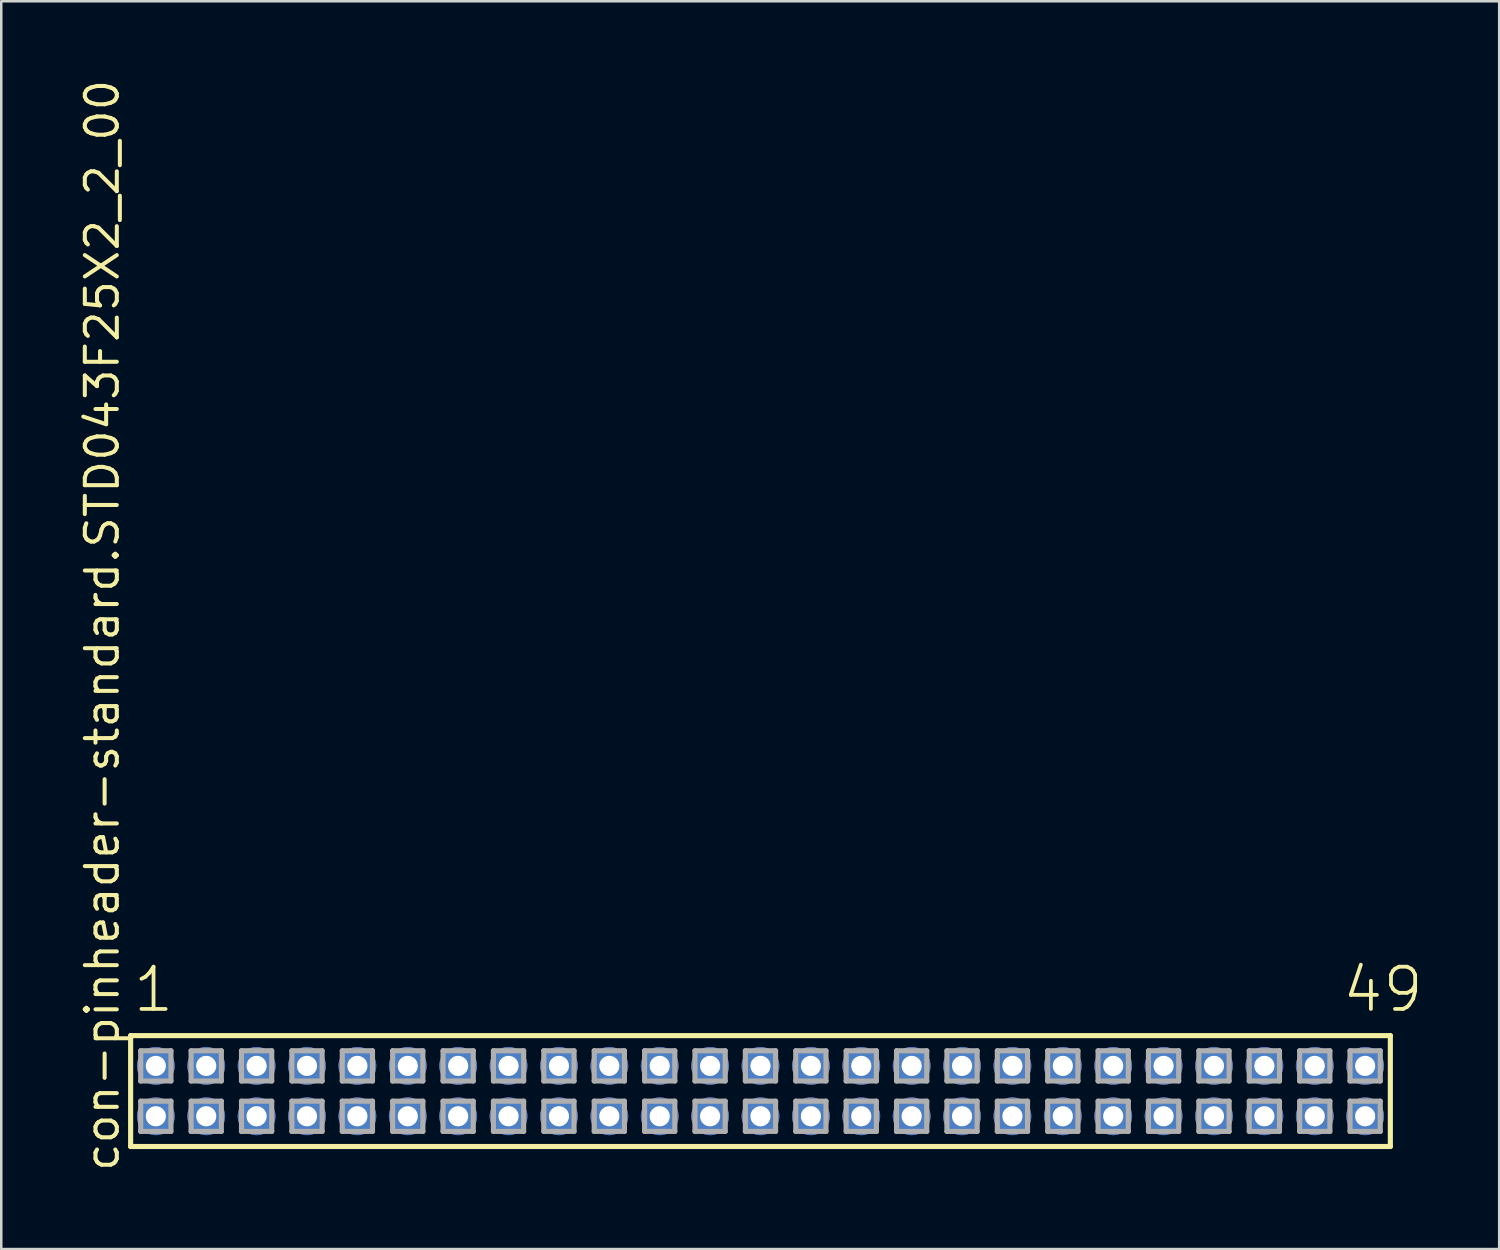
<source format=kicad_pcb>
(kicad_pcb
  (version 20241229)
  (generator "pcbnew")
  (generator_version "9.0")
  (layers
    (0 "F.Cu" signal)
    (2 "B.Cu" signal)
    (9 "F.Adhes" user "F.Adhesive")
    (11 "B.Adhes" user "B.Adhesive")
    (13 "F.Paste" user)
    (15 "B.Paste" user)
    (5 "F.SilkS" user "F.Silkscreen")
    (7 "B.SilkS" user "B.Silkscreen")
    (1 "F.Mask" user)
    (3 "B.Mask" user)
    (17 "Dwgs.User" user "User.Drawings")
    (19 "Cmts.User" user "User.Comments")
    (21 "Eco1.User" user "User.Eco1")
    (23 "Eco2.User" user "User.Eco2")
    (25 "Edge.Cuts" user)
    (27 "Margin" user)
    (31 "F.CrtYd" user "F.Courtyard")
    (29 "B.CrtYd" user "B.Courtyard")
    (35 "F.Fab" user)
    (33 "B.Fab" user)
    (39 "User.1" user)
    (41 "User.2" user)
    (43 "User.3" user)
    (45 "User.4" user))
  (footprint "con-pinheader-standard.STD043F25X2_2_00"
    (layer "F.Cu")
    (at 27.135 40.257)
    (property "Reference" "con-pinheader-standard.STD043F25X2_2_00" (at -25.385 3.27 90) (layer "F.SilkS") (effects (font (size 1.27 1.27) (thickness 0.16)) (justify left bottom)))
    (attr through_hole)
    (fp_line (start -25 -2.2) (end 25 -2.2) (stroke (width 0.203) (type default)) (layer "F.SilkS"))
    (fp_line (start -25 2.2) (end -25 -2.2) (stroke (width 0.203) (type default)) (layer "F.SilkS"))
    (fp_line (start 25 -2.2) (end 25 2.2) (stroke (width 0.203) (type default)) (layer "F.SilkS"))
    (fp_line (start 25 2.2) (end -25 2.2) (stroke (width 0.203) (type default)) (layer "F.SilkS"))
    (fp_line (start -24.6 -1.6) (end -23.4 -1.6) (stroke (width 0.203) (type default)) (layer "F.Fab"))
    (fp_line (start -24.6 -0.4) (end -24.6 -1.6) (stroke (width 0.203) (type default)) (layer "F.Fab"))
    (fp_line (start -24.6 0.4) (end -23.4 0.4) (stroke (width 0.203) (type default)) (layer "F.Fab"))
    (fp_line (start -24.6 1.6) (end -24.6 0.4) (stroke (width 0.203) (type default)) (layer "F.Fab"))
    (fp_line (start -23.4 -1.6) (end -23.4 -0.4) (stroke (width 0.203) (type default)) (layer "F.Fab"))
    (fp_line (start -23.4 -0.4) (end -24.6 -0.4) (stroke (width 0.203) (type default)) (layer "F.Fab"))
    (fp_line (start -23.4 0.4) (end -23.4 1.6) (stroke (width 0.203) (type default)) (layer "F.Fab"))
    (fp_line (start -23.4 1.6) (end -24.6 1.6) (stroke (width 0.203) (type default)) (layer "F.Fab"))
    (fp_line (start -22.6 -1.6) (end -21.4 -1.6) (stroke (width 0.203) (type default)) (layer "F.Fab"))
    (fp_line (start -22.6 -0.4) (end -22.6 -1.6) (stroke (width 0.203) (type default)) (layer "F.Fab"))
    (fp_line (start -22.6 0.4) (end -21.4 0.4) (stroke (width 0.203) (type default)) (layer "F.Fab"))
    (fp_line (start -22.6 1.6) (end -22.6 0.4) (stroke (width 0.203) (type default)) (layer "F.Fab"))
    (fp_line (start -21.4 -1.6) (end -21.4 -0.4) (stroke (width 0.203) (type default)) (layer "F.Fab"))
    (fp_line (start -21.4 -0.4) (end -22.6 -0.4) (stroke (width 0.203) (type default)) (layer "F.Fab"))
    (fp_line (start -21.4 0.4) (end -21.4 1.6) (stroke (width 0.203) (type default)) (layer "F.Fab"))
    (fp_line (start -21.4 1.6) (end -22.6 1.6) (stroke (width 0.203) (type default)) (layer "F.Fab"))
    (fp_line (start -20.6 -1.6) (end -19.4 -1.6) (stroke (width 0.203) (type default)) (layer "F.Fab"))
    (fp_line (start -20.6 -0.4) (end -20.6 -1.6) (stroke (width 0.203) (type default)) (layer "F.Fab"))
    (fp_line (start -20.6 0.4) (end -19.4 0.4) (stroke (width 0.203) (type default)) (layer "F.Fab"))
    (fp_line (start -20.6 1.6) (end -20.6 0.4) (stroke (width 0.203) (type default)) (layer "F.Fab"))
    (fp_line (start -19.4 -1.6) (end -19.4 -0.4) (stroke (width 0.203) (type default)) (layer "F.Fab"))
    (fp_line (start -19.4 -0.4) (end -20.6 -0.4) (stroke (width 0.203) (type default)) (layer "F.Fab"))
    (fp_line (start -19.4 0.4) (end -19.4 1.6) (stroke (width 0.203) (type default)) (layer "F.Fab"))
    (fp_line (start -19.4 1.6) (end -20.6 1.6) (stroke (width 0.203) (type default)) (layer "F.Fab"))
    (fp_line (start -18.6 -1.6) (end -17.4 -1.6) (stroke (width 0.203) (type default)) (layer "F.Fab"))
    (fp_line (start -18.6 -0.4) (end -18.6 -1.6) (stroke (width 0.203) (type default)) (layer "F.Fab"))
    (fp_line (start -18.6 0.4) (end -17.4 0.4) (stroke (width 0.203) (type default)) (layer "F.Fab"))
    (fp_line (start -18.6 1.6) (end -18.6 0.4) (stroke (width 0.203) (type default)) (layer "F.Fab"))
    (fp_line (start -17.4 -1.6) (end -17.4 -0.4) (stroke (width 0.203) (type default)) (layer "F.Fab"))
    (fp_line (start -17.4 -0.4) (end -18.6 -0.4) (stroke (width 0.203) (type default)) (layer "F.Fab"))
    (fp_line (start -17.4 0.4) (end -17.4 1.6) (stroke (width 0.203) (type default)) (layer "F.Fab"))
    (fp_line (start -17.4 1.6) (end -18.6 1.6) (stroke (width 0.203) (type default)) (layer "F.Fab"))
    (fp_line (start -16.6 -1.6) (end -15.4 -1.6) (stroke (width 0.203) (type default)) (layer "F.Fab"))
    (fp_line (start -16.6 -0.4) (end -16.6 -1.6) (stroke (width 0.203) (type default)) (layer "F.Fab"))
    (fp_line (start -16.6 0.4) (end -15.4 0.4) (stroke (width 0.203) (type default)) (layer "F.Fab"))
    (fp_line (start -16.6 1.6) (end -16.6 0.4) (stroke (width 0.203) (type default)) (layer "F.Fab"))
    (fp_line (start -15.4 -1.6) (end -15.4 -0.4) (stroke (width 0.203) (type default)) (layer "F.Fab"))
    (fp_line (start -15.4 -0.4) (end -16.6 -0.4) (stroke (width 0.203) (type default)) (layer "F.Fab"))
    (fp_line (start -15.4 0.4) (end -15.4 1.6) (stroke (width 0.203) (type default)) (layer "F.Fab"))
    (fp_line (start -15.4 1.6) (end -16.6 1.6) (stroke (width 0.203) (type default)) (layer "F.Fab"))
    (fp_line (start -14.6 -1.6) (end -13.4 -1.6) (stroke (width 0.203) (type default)) (layer "F.Fab"))
    (fp_line (start -14.6 -0.4) (end -14.6 -1.6) (stroke (width 0.203) (type default)) (layer "F.Fab"))
    (fp_line (start -14.6 0.4) (end -13.4 0.4) (stroke (width 0.203) (type default)) (layer "F.Fab"))
    (fp_line (start -14.6 1.6) (end -14.6 0.4) (stroke (width 0.203) (type default)) (layer "F.Fab"))
    (fp_line (start -13.4 -1.6) (end -13.4 -0.4) (stroke (width 0.203) (type default)) (layer "F.Fab"))
    (fp_line (start -13.4 -0.4) (end -14.6 -0.4) (stroke (width 0.203) (type default)) (layer "F.Fab"))
    (fp_line (start -13.4 0.4) (end -13.4 1.6) (stroke (width 0.203) (type default)) (layer "F.Fab"))
    (fp_line (start -13.4 1.6) (end -14.6 1.6) (stroke (width 0.203) (type default)) (layer "F.Fab"))
    (fp_line (start -12.6 -1.6) (end -11.4 -1.6) (stroke (width 0.203) (type default)) (layer "F.Fab"))
    (fp_line (start -12.6 -0.4) (end -12.6 -1.6) (stroke (width 0.203) (type default)) (layer "F.Fab"))
    (fp_line (start -12.6 0.4) (end -11.4 0.4) (stroke (width 0.203) (type default)) (layer "F.Fab"))
    (fp_line (start -12.6 1.6) (end -12.6 0.4) (stroke (width 0.203) (type default)) (layer "F.Fab"))
    (fp_line (start -11.4 -1.6) (end -11.4 -0.4) (stroke (width 0.203) (type default)) (layer "F.Fab"))
    (fp_line (start -11.4 -0.4) (end -12.6 -0.4) (stroke (width 0.203) (type default)) (layer "F.Fab"))
    (fp_line (start -11.4 0.4) (end -11.4 1.6) (stroke (width 0.203) (type default)) (layer "F.Fab"))
    (fp_line (start -11.4 1.6) (end -12.6 1.6) (stroke (width 0.203) (type default)) (layer "F.Fab"))
    (fp_line (start -10.6 -1.6) (end -9.4 -1.6) (stroke (width 0.203) (type default)) (layer "F.Fab"))
    (fp_line (start -10.6 -0.4) (end -10.6 -1.6) (stroke (width 0.203) (type default)) (layer "F.Fab"))
    (fp_line (start -10.6 0.4) (end -9.4 0.4) (stroke (width 0.203) (type default)) (layer "F.Fab"))
    (fp_line (start -10.6 1.6) (end -10.6 0.4) (stroke (width 0.203) (type default)) (layer "F.Fab"))
    (fp_line (start -9.4 -1.6) (end -9.4 -0.4) (stroke (width 0.203) (type default)) (layer "F.Fab"))
    (fp_line (start -9.4 -0.4) (end -10.6 -0.4) (stroke (width 0.203) (type default)) (layer "F.Fab"))
    (fp_line (start -9.4 0.4) (end -9.4 1.6) (stroke (width 0.203) (type default)) (layer "F.Fab"))
    (fp_line (start -9.4 1.6) (end -10.6 1.6) (stroke (width 0.203) (type default)) (layer "F.Fab"))
    (fp_line (start -8.6 -1.6) (end -7.4 -1.6) (stroke (width 0.203) (type default)) (layer "F.Fab"))
    (fp_line (start -8.6 -0.4) (end -8.6 -1.6) (stroke (width 0.203) (type default)) (layer "F.Fab"))
    (fp_line (start -8.6 0.4) (end -7.4 0.4) (stroke (width 0.203) (type default)) (layer "F.Fab"))
    (fp_line (start -8.6 1.6) (end -8.6 0.4) (stroke (width 0.203) (type default)) (layer "F.Fab"))
    (fp_line (start -7.4 -1.6) (end -7.4 -0.4) (stroke (width 0.203) (type default)) (layer "F.Fab"))
    (fp_line (start -7.4 -0.4) (end -8.6 -0.4) (stroke (width 0.203) (type default)) (layer "F.Fab"))
    (fp_line (start -7.4 0.4) (end -7.4 1.6) (stroke (width 0.203) (type default)) (layer "F.Fab"))
    (fp_line (start -7.4 1.6) (end -8.6 1.6) (stroke (width 0.203) (type default)) (layer "F.Fab"))
    (fp_line (start -6.6 -1.6) (end -5.4 -1.6) (stroke (width 0.203) (type default)) (layer "F.Fab"))
    (fp_line (start -6.6 -0.4) (end -6.6 -1.6) (stroke (width 0.203) (type default)) (layer "F.Fab"))
    (fp_line (start -6.6 0.4) (end -5.4 0.4) (stroke (width 0.203) (type default)) (layer "F.Fab"))
    (fp_line (start -6.6 1.6) (end -6.6 0.4) (stroke (width 0.203) (type default)) (layer "F.Fab"))
    (fp_line (start -5.4 -1.6) (end -5.4 -0.4) (stroke (width 0.203) (type default)) (layer "F.Fab"))
    (fp_line (start -5.4 -0.4) (end -6.6 -0.4) (stroke (width 0.203) (type default)) (layer "F.Fab"))
    (fp_line (start -5.4 0.4) (end -5.4 1.6) (stroke (width 0.203) (type default)) (layer "F.Fab"))
    (fp_line (start -5.4 1.6) (end -6.6 1.6) (stroke (width 0.203) (type default)) (layer "F.Fab"))
    (fp_line (start -4.6 -1.6) (end -3.4 -1.6) (stroke (width 0.203) (type default)) (layer "F.Fab"))
    (fp_line (start -4.6 -0.4) (end -4.6 -1.6) (stroke (width 0.203) (type default)) (layer "F.Fab"))
    (fp_line (start -4.6 0.4) (end -3.4 0.4) (stroke (width 0.203) (type default)) (layer "F.Fab"))
    (fp_line (start -4.6 1.6) (end -4.6 0.4) (stroke (width 0.203) (type default)) (layer "F.Fab"))
    (fp_line (start -3.4 -1.6) (end -3.4 -0.4) (stroke (width 0.203) (type default)) (layer "F.Fab"))
    (fp_line (start -3.4 -0.4) (end -4.6 -0.4) (stroke (width 0.203) (type default)) (layer "F.Fab"))
    (fp_line (start -3.4 0.4) (end -3.4 1.6) (stroke (width 0.203) (type default)) (layer "F.Fab"))
    (fp_line (start -3.4 1.6) (end -4.6 1.6) (stroke (width 0.203) (type default)) (layer "F.Fab"))
    (fp_line (start -2.6 -1.6) (end -1.4 -1.6) (stroke (width 0.203) (type default)) (layer "F.Fab"))
    (fp_line (start -2.6 -0.4) (end -2.6 -1.6) (stroke (width 0.203) (type default)) (layer "F.Fab"))
    (fp_line (start -2.6 0.4) (end -1.4 0.4) (stroke (width 0.203) (type default)) (layer "F.Fab"))
    (fp_line (start -2.6 1.6) (end -2.6 0.4) (stroke (width 0.203) (type default)) (layer "F.Fab"))
    (fp_line (start -1.4 -1.6) (end -1.4 -0.4) (stroke (width 0.203) (type default)) (layer "F.Fab"))
    (fp_line (start -1.4 -0.4) (end -2.6 -0.4) (stroke (width 0.203) (type default)) (layer "F.Fab"))
    (fp_line (start -1.4 0.4) (end -1.4 1.6) (stroke (width 0.203) (type default)) (layer "F.Fab"))
    (fp_line (start -1.4 1.6) (end -2.6 1.6) (stroke (width 0.203) (type default)) (layer "F.Fab"))
    (fp_line (start -0.6 -1.6) (end 0.6 -1.6) (stroke (width 0.203) (type default)) (layer "F.Fab"))
    (fp_line (start -0.6 -0.4) (end -0.6 -1.6) (stroke (width 0.203) (type default)) (layer "F.Fab"))
    (fp_line (start -0.6 0.4) (end 0.6 0.4) (stroke (width 0.203) (type default)) (layer "F.Fab"))
    (fp_line (start -0.6 1.6) (end -0.6 0.4) (stroke (width 0.203) (type default)) (layer "F.Fab"))
    (fp_line (start 0.6 -1.6) (end 0.6 -0.4) (stroke (width 0.203) (type default)) (layer "F.Fab"))
    (fp_line (start 0.6 -0.4) (end -0.6 -0.4) (stroke (width 0.203) (type default)) (layer "F.Fab"))
    (fp_line (start 0.6 0.4) (end 0.6 1.6) (stroke (width 0.203) (type default)) (layer "F.Fab"))
    (fp_line (start 0.6 1.6) (end -0.6 1.6) (stroke (width 0.203) (type default)) (layer "F.Fab"))
    (fp_line (start 1.4 -1.6) (end 2.6 -1.6) (stroke (width 0.203) (type default)) (layer "F.Fab"))
    (fp_line (start 1.4 -0.4) (end 1.4 -1.6) (stroke (width 0.203) (type default)) (layer "F.Fab"))
    (fp_line (start 1.4 0.4) (end 2.6 0.4) (stroke (width 0.203) (type default)) (layer "F.Fab"))
    (fp_line (start 1.4 1.6) (end 1.4 0.4) (stroke (width 0.203) (type default)) (layer "F.Fab"))
    (fp_line (start 2.6 -1.6) (end 2.6 -0.4) (stroke (width 0.203) (type default)) (layer "F.Fab"))
    (fp_line (start 2.6 -0.4) (end 1.4 -0.4) (stroke (width 0.203) (type default)) (layer "F.Fab"))
    (fp_line (start 2.6 0.4) (end 2.6 1.6) (stroke (width 0.203) (type default)) (layer "F.Fab"))
    (fp_line (start 2.6 1.6) (end 1.4 1.6) (stroke (width 0.203) (type default)) (layer "F.Fab"))
    (fp_line (start 3.4 -1.6) (end 4.6 -1.6) (stroke (width 0.203) (type default)) (layer "F.Fab"))
    (fp_line (start 3.4 -0.4) (end 3.4 -1.6) (stroke (width 0.203) (type default)) (layer "F.Fab"))
    (fp_line (start 3.4 0.4) (end 4.6 0.4) (stroke (width 0.203) (type default)) (layer "F.Fab"))
    (fp_line (start 3.4 1.6) (end 3.4 0.4) (stroke (width 0.203) (type default)) (layer "F.Fab"))
    (fp_line (start 4.6 -1.6) (end 4.6 -0.4) (stroke (width 0.203) (type default)) (layer "F.Fab"))
    (fp_line (start 4.6 -0.4) (end 3.4 -0.4) (stroke (width 0.203) (type default)) (layer "F.Fab"))
    (fp_line (start 4.6 0.4) (end 4.6 1.6) (stroke (width 0.203) (type default)) (layer "F.Fab"))
    (fp_line (start 4.6 1.6) (end 3.4 1.6) (stroke (width 0.203) (type default)) (layer "F.Fab"))
    (fp_line (start 5.4 -1.6) (end 6.6 -1.6) (stroke (width 0.203) (type default)) (layer "F.Fab"))
    (fp_line (start 5.4 -0.4) (end 5.4 -1.6) (stroke (width 0.203) (type default)) (layer "F.Fab"))
    (fp_line (start 5.4 0.4) (end 6.6 0.4) (stroke (width 0.203) (type default)) (layer "F.Fab"))
    (fp_line (start 5.4 1.6) (end 5.4 0.4) (stroke (width 0.203) (type default)) (layer "F.Fab"))
    (fp_line (start 6.6 -1.6) (end 6.6 -0.4) (stroke (width 0.203) (type default)) (layer "F.Fab"))
    (fp_line (start 6.6 -0.4) (end 5.4 -0.4) (stroke (width 0.203) (type default)) (layer "F.Fab"))
    (fp_line (start 6.6 0.4) (end 6.6 1.6) (stroke (width 0.203) (type default)) (layer "F.Fab"))
    (fp_line (start 6.6 1.6) (end 5.4 1.6) (stroke (width 0.203) (type default)) (layer "F.Fab"))
    (fp_line (start 7.4 -1.6) (end 8.6 -1.6) (stroke (width 0.203) (type default)) (layer "F.Fab"))
    (fp_line (start 7.4 -0.4) (end 7.4 -1.6) (stroke (width 0.203) (type default)) (layer "F.Fab"))
    (fp_line (start 7.4 0.4) (end 8.6 0.4) (stroke (width 0.203) (type default)) (layer "F.Fab"))
    (fp_line (start 7.4 1.6) (end 7.4 0.4) (stroke (width 0.203) (type default)) (layer "F.Fab"))
    (fp_line (start 8.6 -1.6) (end 8.6 -0.4) (stroke (width 0.203) (type default)) (layer "F.Fab"))
    (fp_line (start 8.6 -0.4) (end 7.4 -0.4) (stroke (width 0.203) (type default)) (layer "F.Fab"))
    (fp_line (start 8.6 0.4) (end 8.6 1.6) (stroke (width 0.203) (type default)) (layer "F.Fab"))
    (fp_line (start 8.6 1.6) (end 7.4 1.6) (stroke (width 0.203) (type default)) (layer "F.Fab"))
    (fp_line (start 9.4 -1.6) (end 10.6 -1.6) (stroke (width 0.203) (type default)) (layer "F.Fab"))
    (fp_line (start 9.4 -0.4) (end 9.4 -1.6) (stroke (width 0.203) (type default)) (layer "F.Fab"))
    (fp_line (start 9.4 0.4) (end 10.6 0.4) (stroke (width 0.203) (type default)) (layer "F.Fab"))
    (fp_line (start 9.4 1.6) (end 9.4 0.4) (stroke (width 0.203) (type default)) (layer "F.Fab"))
    (fp_line (start 10.6 -1.6) (end 10.6 -0.4) (stroke (width 0.203) (type default)) (layer "F.Fab"))
    (fp_line (start 10.6 -0.4) (end 9.4 -0.4) (stroke (width 0.203) (type default)) (layer "F.Fab"))
    (fp_line (start 10.6 0.4) (end 10.6 1.6) (stroke (width 0.203) (type default)) (layer "F.Fab"))
    (fp_line (start 10.6 1.6) (end 9.4 1.6) (stroke (width 0.203) (type default)) (layer "F.Fab"))
    (fp_line (start 11.4 -1.6) (end 12.6 -1.6) (stroke (width 0.203) (type default)) (layer "F.Fab"))
    (fp_line (start 11.4 -0.4) (end 11.4 -1.6) (stroke (width 0.203) (type default)) (layer "F.Fab"))
    (fp_line (start 11.4 0.4) (end 12.6 0.4) (stroke (width 0.203) (type default)) (layer "F.Fab"))
    (fp_line (start 11.4 1.6) (end 11.4 0.4) (stroke (width 0.203) (type default)) (layer "F.Fab"))
    (fp_line (start 12.6 -1.6) (end 12.6 -0.4) (stroke (width 0.203) (type default)) (layer "F.Fab"))
    (fp_line (start 12.6 -0.4) (end 11.4 -0.4) (stroke (width 0.203) (type default)) (layer "F.Fab"))
    (fp_line (start 12.6 0.4) (end 12.6 1.6) (stroke (width 0.203) (type default)) (layer "F.Fab"))
    (fp_line (start 12.6 1.6) (end 11.4 1.6) (stroke (width 0.203) (type default)) (layer "F.Fab"))
    (fp_line (start 13.4 -1.6) (end 14.6 -1.6) (stroke (width 0.203) (type default)) (layer "F.Fab"))
    (fp_line (start 13.4 -0.4) (end 13.4 -1.6) (stroke (width 0.203) (type default)) (layer "F.Fab"))
    (fp_line (start 13.4 0.4) (end 14.6 0.4) (stroke (width 0.203) (type default)) (layer "F.Fab"))
    (fp_line (start 13.4 1.6) (end 13.4 0.4) (stroke (width 0.203) (type default)) (layer "F.Fab"))
    (fp_line (start 14.6 -1.6) (end 14.6 -0.4) (stroke (width 0.203) (type default)) (layer "F.Fab"))
    (fp_line (start 14.6 -0.4) (end 13.4 -0.4) (stroke (width 0.203) (type default)) (layer "F.Fab"))
    (fp_line (start 14.6 0.4) (end 14.6 1.6) (stroke (width 0.203) (type default)) (layer "F.Fab"))
    (fp_line (start 14.6 1.6) (end 13.4 1.6) (stroke (width 0.203) (type default)) (layer "F.Fab"))
    (fp_line (start 15.4 -1.6) (end 16.6 -1.6) (stroke (width 0.203) (type default)) (layer "F.Fab"))
    (fp_line (start 15.4 -0.4) (end 15.4 -1.6) (stroke (width 0.203) (type default)) (layer "F.Fab"))
    (fp_line (start 15.4 0.4) (end 16.6 0.4) (stroke (width 0.203) (type default)) (layer "F.Fab"))
    (fp_line (start 15.4 1.6) (end 15.4 0.4) (stroke (width 0.203) (type default)) (layer "F.Fab"))
    (fp_line (start 16.6 -1.6) (end 16.6 -0.4) (stroke (width 0.203) (type default)) (layer "F.Fab"))
    (fp_line (start 16.6 -0.4) (end 15.4 -0.4) (stroke (width 0.203) (type default)) (layer "F.Fab"))
    (fp_line (start 16.6 0.4) (end 16.6 1.6) (stroke (width 0.203) (type default)) (layer "F.Fab"))
    (fp_line (start 16.6 1.6) (end 15.4 1.6) (stroke (width 0.203) (type default)) (layer "F.Fab"))
    (fp_line (start 17.4 -1.6) (end 18.6 -1.6) (stroke (width 0.203) (type default)) (layer "F.Fab"))
    (fp_line (start 17.4 -0.4) (end 17.4 -1.6) (stroke (width 0.203) (type default)) (layer "F.Fab"))
    (fp_line (start 17.4 0.4) (end 18.6 0.4) (stroke (width 0.203) (type default)) (layer "F.Fab"))
    (fp_line (start 17.4 1.6) (end 17.4 0.4) (stroke (width 0.203) (type default)) (layer "F.Fab"))
    (fp_line (start 18.6 -1.6) (end 18.6 -0.4) (stroke (width 0.203) (type default)) (layer "F.Fab"))
    (fp_line (start 18.6 -0.4) (end 17.4 -0.4) (stroke (width 0.203) (type default)) (layer "F.Fab"))
    (fp_line (start 18.6 0.4) (end 18.6 1.6) (stroke (width 0.203) (type default)) (layer "F.Fab"))
    (fp_line (start 18.6 1.6) (end 17.4 1.6) (stroke (width 0.203) (type default)) (layer "F.Fab"))
    (fp_line (start 19.4 -1.6) (end 20.6 -1.6) (stroke (width 0.203) (type default)) (layer "F.Fab"))
    (fp_line (start 19.4 -0.4) (end 19.4 -1.6) (stroke (width 0.203) (type default)) (layer "F.Fab"))
    (fp_line (start 19.4 0.4) (end 20.6 0.4) (stroke (width 0.203) (type default)) (layer "F.Fab"))
    (fp_line (start 19.4 1.6) (end 19.4 0.4) (stroke (width 0.203) (type default)) (layer "F.Fab"))
    (fp_line (start 20.6 -1.6) (end 20.6 -0.4) (stroke (width 0.203) (type default)) (layer "F.Fab"))
    (fp_line (start 20.6 -0.4) (end 19.4 -0.4) (stroke (width 0.203) (type default)) (layer "F.Fab"))
    (fp_line (start 20.6 0.4) (end 20.6 1.6) (stroke (width 0.203) (type default)) (layer "F.Fab"))
    (fp_line (start 20.6 1.6) (end 19.4 1.6) (stroke (width 0.203) (type default)) (layer "F.Fab"))
    (fp_line (start 21.4 -1.6) (end 22.6 -1.6) (stroke (width 0.203) (type default)) (layer "F.Fab"))
    (fp_line (start 21.4 -0.4) (end 21.4 -1.6) (stroke (width 0.203) (type default)) (layer "F.Fab"))
    (fp_line (start 21.4 0.4) (end 22.6 0.4) (stroke (width 0.203) (type default)) (layer "F.Fab"))
    (fp_line (start 21.4 1.6) (end 21.4 0.4) (stroke (width 0.203) (type default)) (layer "F.Fab"))
    (fp_line (start 22.6 -1.6) (end 22.6 -0.4) (stroke (width 0.203) (type default)) (layer "F.Fab"))
    (fp_line (start 22.6 -0.4) (end 21.4 -0.4) (stroke (width 0.203) (type default)) (layer "F.Fab"))
    (fp_line (start 22.6 0.4) (end 22.6 1.6) (stroke (width 0.203) (type default)) (layer "F.Fab"))
    (fp_line (start 22.6 1.6) (end 21.4 1.6) (stroke (width 0.203) (type default)) (layer "F.Fab"))
    (fp_line (start 23.4 -1.6) (end 24.6 -1.6) (stroke (width 0.203) (type default)) (layer "F.Fab"))
    (fp_line (start 23.4 -0.4) (end 23.4 -1.6) (stroke (width 0.203) (type default)) (layer "F.Fab"))
    (fp_line (start 23.4 0.4) (end 24.6 0.4) (stroke (width 0.203) (type default)) (layer "F.Fab"))
    (fp_line (start 23.4 1.6) (end 23.4 0.4) (stroke (width 0.203) (type default)) (layer "F.Fab"))
    (fp_line (start 24.6 -1.6) (end 24.6 -0.4) (stroke (width 0.203) (type default)) (layer "F.Fab"))
    (fp_line (start 24.6 -0.4) (end 23.4 -0.4) (stroke (width 0.203) (type default)) (layer "F.Fab"))
    (fp_line (start 24.6 0.4) (end 24.6 1.6) (stroke (width 0.203) (type default)) (layer "F.Fab"))
    (fp_line (start 24.6 1.6) (end 23.4 1.6) (stroke (width 0.203) (type default)) (layer "F.Fab"))
    (fp_text user "49" (at 23.012 -3.048 0) (layer "F.SilkS") (effects (font (size 1.676 1.676) (thickness 0.15)) (justify left bottom)))
    (fp_text user "1" (at -24.988 -3.048 0) (layer "F.SilkS") (effects (font (size 1.676 1.676) (thickness 0.15)) (justify left bottom)))
    (pad "1" thru_hole circle (at -24 -1) (size 1.5 1.5) (drill 0.8) (layers "*.Cu" "*.Mask"))
    (pad "2" thru_hole circle (at -24 1) (size 1.5 1.5) (drill 0.8) (layers "*.Cu" "*.Mask"))
    (pad "3" thru_hole circle (at -22 -1) (size 1.5 1.5) (drill 0.8) (layers "*.Cu" "*.Mask"))
    (pad "4" thru_hole circle (at -22 1) (size 1.5 1.5) (drill 0.8) (layers "*.Cu" "*.Mask"))
    (pad "5" thru_hole circle (at -20 -1) (size 1.5 1.5) (drill 0.8) (layers "*.Cu" "*.Mask"))
    (pad "6" thru_hole circle (at -20 1) (size 1.5 1.5) (drill 0.8) (layers "*.Cu" "*.Mask"))
    (pad "7" thru_hole circle (at -18 -1) (size 1.5 1.5) (drill 0.8) (layers "*.Cu" "*.Mask"))
    (pad "8" thru_hole circle (at -18 1) (size 1.5 1.5) (drill 0.8) (layers "*.Cu" "*.Mask"))
    (pad "9" thru_hole circle (at -16 -1) (size 1.5 1.5) (drill 0.8) (layers "*.Cu" "*.Mask"))
    (pad "10" thru_hole circle (at -16 1) (size 1.5 1.5) (drill 0.8) (layers "*.Cu" "*.Mask"))
    (pad "11" thru_hole circle (at -14 -1) (size 1.5 1.5) (drill 0.8) (layers "*.Cu" "*.Mask"))
    (pad "12" thru_hole circle (at -14 1) (size 1.5 1.5) (drill 0.8) (layers "*.Cu" "*.Mask"))
    (pad "13" thru_hole circle (at -12 -1) (size 1.5 1.5) (drill 0.8) (layers "*.Cu" "*.Mask"))
    (pad "14" thru_hole circle (at -12 1) (size 1.5 1.5) (drill 0.8) (layers "*.Cu" "*.Mask"))
    (pad "15" thru_hole circle (at -10 -1) (size 1.5 1.5) (drill 0.8) (layers "*.Cu" "*.Mask"))
    (pad "16" thru_hole circle (at -10 1) (size 1.5 1.5) (drill 0.8) (layers "*.Cu" "*.Mask"))
    (pad "17" thru_hole circle (at -8 -1) (size 1.5 1.5) (drill 0.8) (layers "*.Cu" "*.Mask"))
    (pad "18" thru_hole circle (at -8 1) (size 1.5 1.5) (drill 0.8) (layers "*.Cu" "*.Mask"))
    (pad "19" thru_hole circle (at -6 -1) (size 1.5 1.5) (drill 0.8) (layers "*.Cu" "*.Mask"))
    (pad "20" thru_hole circle (at -6 1) (size 1.5 1.5) (drill 0.8) (layers "*.Cu" "*.Mask"))
    (pad "21" thru_hole circle (at -4 -1) (size 1.5 1.5) (drill 0.8) (layers "*.Cu" "*.Mask"))
    (pad "22" thru_hole circle (at -4 1) (size 1.5 1.5) (drill 0.8) (layers "*.Cu" "*.Mask"))
    (pad "23" thru_hole circle (at -2 -1) (size 1.5 1.5) (drill 0.8) (layers "*.Cu" "*.Mask"))
    (pad "24" thru_hole circle (at -2 1) (size 1.5 1.5) (drill 0.8) (layers "*.Cu" "*.Mask"))
    (pad "25" thru_hole circle (at 0 -1) (size 1.5 1.5) (drill 0.8) (layers "*.Cu" "*.Mask"))
    (pad "26" thru_hole circle (at 0 1) (size 1.5 1.5) (drill 0.8) (layers "*.Cu" "*.Mask"))
    (pad "27" thru_hole circle (at 2 -1) (size 1.5 1.5) (drill 0.8) (layers "*.Cu" "*.Mask"))
    (pad "28" thru_hole circle (at 2 1) (size 1.5 1.5) (drill 0.8) (layers "*.Cu" "*.Mask"))
    (pad "29" thru_hole circle (at 4 -1) (size 1.5 1.5) (drill 0.8) (layers "*.Cu" "*.Mask"))
    (pad "30" thru_hole circle (at 4 1) (size 1.5 1.5) (drill 0.8) (layers "*.Cu" "*.Mask"))
    (pad "31" thru_hole circle (at 6 -1) (size 1.5 1.5) (drill 0.8) (layers "*.Cu" "*.Mask"))
    (pad "32" thru_hole circle (at 6 1) (size 1.5 1.5) (drill 0.8) (layers "*.Cu" "*.Mask"))
    (pad "33" thru_hole circle (at 8 -1) (size 1.5 1.5) (drill 0.8) (layers "*.Cu" "*.Mask"))
    (pad "34" thru_hole circle (at 8 1) (size 1.5 1.5) (drill 0.8) (layers "*.Cu" "*.Mask"))
    (pad "35" thru_hole circle (at 10 -1) (size 1.5 1.5) (drill 0.8) (layers "*.Cu" "*.Mask"))
    (pad "36" thru_hole circle (at 10 1) (size 1.5 1.5) (drill 0.8) (layers "*.Cu" "*.Mask"))
    (pad "37" thru_hole circle (at 12 -1) (size 1.5 1.5) (drill 0.8) (layers "*.Cu" "*.Mask"))
    (pad "38" thru_hole circle (at 12 1) (size 1.5 1.5) (drill 0.8) (layers "*.Cu" "*.Mask"))
    (pad "39" thru_hole circle (at 14 -1) (size 1.5 1.5) (drill 0.8) (layers "*.Cu" "*.Mask"))
    (pad "40" thru_hole circle (at 14 1) (size 1.5 1.5) (drill 0.8) (layers "*.Cu" "*.Mask"))
    (pad "41" thru_hole circle (at 16 -1) (size 1.5 1.5) (drill 0.8) (layers "*.Cu" "*.Mask"))
    (pad "42" thru_hole circle (at 16 1) (size 1.5 1.5) (drill 0.8) (layers "*.Cu" "*.Mask"))
    (pad "43" thru_hole circle (at 18 -1) (size 1.5 1.5) (drill 0.8) (layers "*.Cu" "*.Mask"))
    (pad "44" thru_hole circle (at 18 1) (size 1.5 1.5) (drill 0.8) (layers "*.Cu" "*.Mask"))
    (pad "45" thru_hole circle (at 20 -1) (size 1.5 1.5) (drill 0.8) (layers "*.Cu" "*.Mask"))
    (pad "46" thru_hole circle (at 20 1) (size 1.5 1.5) (drill 0.8) (layers "*.Cu" "*.Mask"))
    (pad "47" thru_hole circle (at 22 -1) (size 1.5 1.5) (drill 0.8) (layers "*.Cu" "*.Mask"))
    (pad "48" thru_hole circle (at 22 1) (size 1.5 1.5) (drill 0.8) (layers "*.Cu" "*.Mask"))
    (pad "49" thru_hole circle (at 24 -1) (size 1.5 1.5) (drill 0.8) (layers "*.Cu" "*.Mask"))
    (pad "50" thru_hole circle (at 24 1) (size 1.5 1.5) (drill 0.8) (layers "*.Cu" "*.Mask")))
  (gr_rect
    (start -3 -3)
    (end 56.455 46.527)
    (stroke (width 0.1) (type default))
    (fill no)
    (layer "Edge.Cuts")))
</source>
